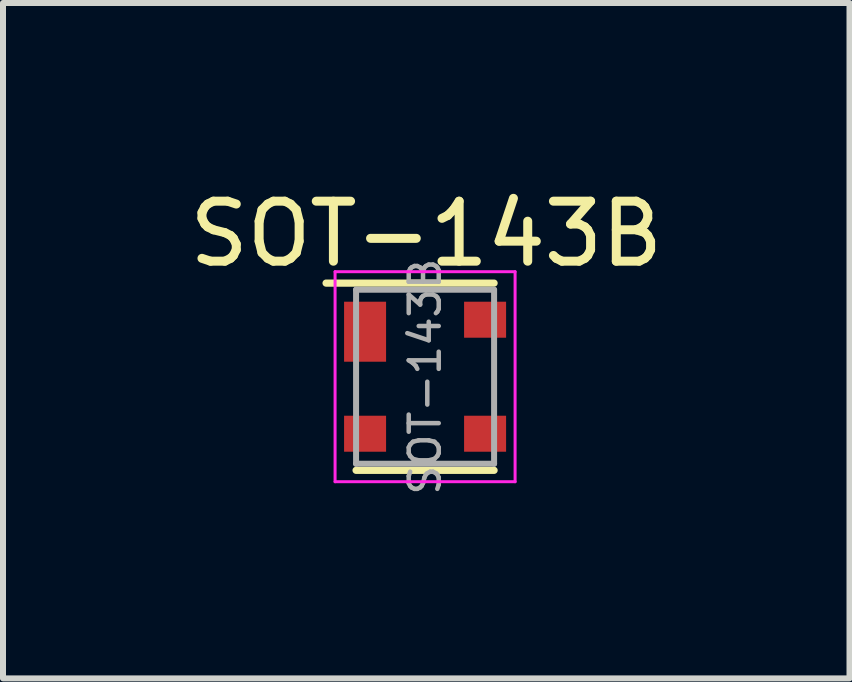
<source format=kicad_pcb>
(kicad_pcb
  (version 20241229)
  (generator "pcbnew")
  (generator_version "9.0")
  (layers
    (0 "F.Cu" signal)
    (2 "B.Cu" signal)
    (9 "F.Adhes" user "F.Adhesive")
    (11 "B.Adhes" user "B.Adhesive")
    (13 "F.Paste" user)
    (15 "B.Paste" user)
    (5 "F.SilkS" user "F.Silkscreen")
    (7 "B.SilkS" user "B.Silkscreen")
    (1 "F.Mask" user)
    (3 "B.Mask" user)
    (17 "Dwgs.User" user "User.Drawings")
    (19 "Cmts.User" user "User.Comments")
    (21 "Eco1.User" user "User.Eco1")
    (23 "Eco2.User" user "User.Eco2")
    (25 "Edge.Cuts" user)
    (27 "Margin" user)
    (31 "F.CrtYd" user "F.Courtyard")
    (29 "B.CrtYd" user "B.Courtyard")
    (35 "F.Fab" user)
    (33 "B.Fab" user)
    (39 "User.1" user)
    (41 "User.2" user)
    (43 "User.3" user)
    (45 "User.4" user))
  (footprint "SOT-143B"
    (layer "F.Cu")
    (at 4.034 3.228)
    (property "Reference" "SOT-143B" (at 0.02 -2.38 0) (layer "F.SilkS") (effects (font (size 1 1) (thickness 0.15))))
    (attr smd)
    (fp_line (start -1.15 1.56) (end 1.15 1.56) (stroke (width 0.12) (type solid)) (layer "F.SilkS"))
    (fp_line (start 1.15 -1.56) (end -1.65 -1.56) (stroke (width 0.12) (type solid)) (layer "F.SilkS"))
    (fp_line (start -1.5 1.75) (end -1.5 -1.75) (stroke (width 0.05) (type solid)) (layer "F.CrtYd"))
    (fp_line (start -1.5 1.75) (end 1.5 1.75) (stroke (width 0.05) (type solid)) (layer "F.CrtYd"))
    (fp_line (start 1.5 -1.75) (end -1.5 -1.75) (stroke (width 0.05) (type solid)) (layer "F.CrtYd"))
    (fp_line (start 1.5 -1.75) (end 1.5 1.75) (stroke (width 0.05) (type solid)) (layer "F.CrtYd"))
    (fp_line (start -1.15 -1.45) (end 1.15 -1.45) (stroke (width 0.1) (type solid)) (layer "F.Fab"))
    (fp_line (start -1.15 1.45) (end -1.15 -1.45) (stroke (width 0.1) (type solid)) (layer "F.Fab"))
    (fp_line (start 1.15 -1.45) (end 1.15 1.45) (stroke (width 0.1) (type solid)) (layer "F.Fab"))
    (fp_line (start 1.15 1.45) (end -1.15 1.45) (stroke (width 0.1) (type solid)) (layer "F.Fab"))
    (fp_text user "${REFERENCE}" (at 0 0 90) (layer "F.Fab") (effects (font (size 0.5 0.5) (thickness 0.075))))
    (pad "1" smd rect (at -1 -0.75) (size 0.7 1) (layers "F.Cu" "F.Mask" "F.Paste"))
    (pad "2" smd rect (at -1 0.95) (size 0.7 0.6) (layers "F.Cu" "F.Mask" "F.Paste"))
    (pad "3" smd rect (at 1 0.95) (size 0.7 0.6) (layers "F.Cu" "F.Mask" "F.Paste"))
    (pad "4" smd rect (at 1 -0.95) (size 0.7 0.6) (layers "F.Cu" "F.Mask" "F.Paste")))
  (gr_rect
    (start -3 -3)
    (end 11.107 8.255)
    (stroke (width 0.1) (type default))
    (fill no)
    (layer "Edge.Cuts")))
</source>
